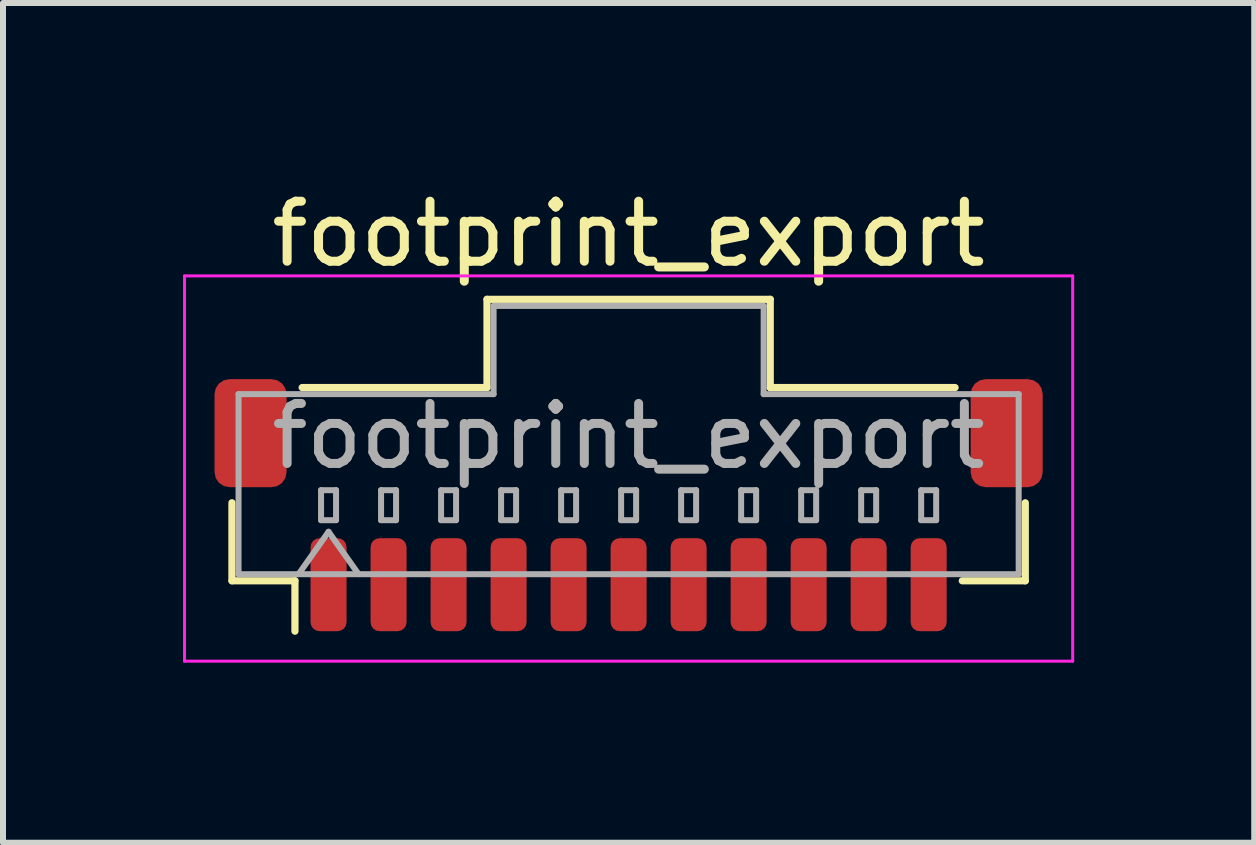
<source format=kicad_pcb>
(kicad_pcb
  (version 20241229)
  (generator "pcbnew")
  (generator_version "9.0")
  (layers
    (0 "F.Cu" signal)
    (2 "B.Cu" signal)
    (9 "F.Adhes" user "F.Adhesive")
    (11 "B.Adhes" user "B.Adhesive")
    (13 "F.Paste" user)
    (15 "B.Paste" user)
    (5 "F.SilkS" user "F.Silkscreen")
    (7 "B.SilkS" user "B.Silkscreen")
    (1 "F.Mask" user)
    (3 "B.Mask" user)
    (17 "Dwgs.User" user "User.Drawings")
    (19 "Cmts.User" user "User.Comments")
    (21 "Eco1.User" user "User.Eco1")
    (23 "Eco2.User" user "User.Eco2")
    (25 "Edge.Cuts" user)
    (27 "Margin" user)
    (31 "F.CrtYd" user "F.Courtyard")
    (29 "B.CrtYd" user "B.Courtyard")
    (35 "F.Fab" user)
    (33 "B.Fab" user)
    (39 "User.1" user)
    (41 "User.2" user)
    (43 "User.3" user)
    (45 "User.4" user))
  (footprint "footprint_export"
    (layer "F.Cu")
    (at 7.425 5.368)
    (property "Reference" "footprint_export" (at 0 -4.52 0) (layer "F.SilkS") (effects (font (size 1 1) (thickness 0.15))))
    (attr smd)
    (fp_line (start -6.61 -0.04) (end -6.61 1.26) (stroke (width 0.12) (type solid)) (layer "F.SilkS"))
    (fp_line (start -6.61 1.26) (end -5.56 1.26) (stroke (width 0.12) (type solid)) (layer "F.SilkS"))
    (fp_line (start -5.56 1.26) (end -5.56 2.1) (stroke (width 0.12) (type solid)) (layer "F.SilkS"))
    (fp_line (start -5.44 -1.96) (end -2.36 -1.96) (stroke (width 0.12) (type solid)) (layer "F.SilkS"))
    (fp_line (start -2.36 -3.43) (end 2.36 -3.43) (stroke (width 0.12) (type solid)) (layer "F.SilkS"))
    (fp_line (start -2.36 -1.96) (end -2.36 -3.43) (stroke (width 0.12) (type solid)) (layer "F.SilkS"))
    (fp_line (start 2.36 -3.43) (end 2.36 -1.96) (stroke (width 0.12) (type solid)) (layer "F.SilkS"))
    (fp_line (start 2.36 -1.96) (end 5.44 -1.96) (stroke (width 0.12) (type solid)) (layer "F.SilkS"))
    (fp_line (start 6.61 -0.04) (end 6.61 1.26) (stroke (width 0.12) (type solid)) (layer "F.SilkS"))
    (fp_line (start 6.61 1.26) (end 5.56 1.26) (stroke (width 0.12) (type solid)) (layer "F.SilkS"))
    (fp_line (start -7.4 -3.82) (end -7.4 2.6) (stroke (width 0.05) (type solid)) (layer "F.CrtYd"))
    (fp_line (start -7.4 2.6) (end 7.4 2.6) (stroke (width 0.05) (type solid)) (layer "F.CrtYd"))
    (fp_line (start 7.4 -3.82) (end -7.4 -3.82) (stroke (width 0.05) (type solid)) (layer "F.CrtYd"))
    (fp_line (start 7.4 2.6) (end 7.4 -3.82) (stroke (width 0.05) (type solid)) (layer "F.CrtYd"))
    (fp_line (start -6.5 -1.85) (end -2.25 -1.85) (stroke (width 0.1) (type solid)) (layer "F.Fab"))
    (fp_line (start -6.5 1.15) (end -6.5 -1.85) (stroke (width 0.1) (type solid)) (layer "F.Fab"))
    (fp_line (start -6.5 1.15) (end 6.5 1.15) (stroke (width 0.1) (type solid)) (layer "F.Fab"))
    (fp_line (start -5.5 1.15) (end -5 0.443) (stroke (width 0.1) (type solid)) (layer "F.Fab"))
    (fp_line (start -5.125 -0.25) (end -5.125 0.25) (stroke (width 0.1) (type solid)) (layer "F.Fab"))
    (fp_line (start -5.125 0.25) (end -4.875 0.25) (stroke (width 0.1) (type solid)) (layer "F.Fab"))
    (fp_line (start -5 0.443) (end -4.5 1.15) (stroke (width 0.1) (type solid)) (layer "F.Fab"))
    (fp_line (start -4.875 -0.25) (end -5.125 -0.25) (stroke (width 0.1) (type solid)) (layer "F.Fab"))
    (fp_line (start -4.875 0.25) (end -4.875 -0.25) (stroke (width 0.1) (type solid)) (layer "F.Fab"))
    (fp_line (start -4.125 -0.25) (end -4.125 0.25) (stroke (width 0.1) (type solid)) (layer "F.Fab"))
    (fp_line (start -4.125 0.25) (end -3.875 0.25) (stroke (width 0.1) (type solid)) (layer "F.Fab"))
    (fp_line (start -3.875 -0.25) (end -4.125 -0.25) (stroke (width 0.1) (type solid)) (layer "F.Fab"))
    (fp_line (start -3.875 0.25) (end -3.875 -0.25) (stroke (width 0.1) (type solid)) (layer "F.Fab"))
    (fp_line (start -3.125 -0.25) (end -3.125 0.25) (stroke (width 0.1) (type solid)) (layer "F.Fab"))
    (fp_line (start -3.125 0.25) (end -2.875 0.25) (stroke (width 0.1) (type solid)) (layer "F.Fab"))
    (fp_line (start -2.875 -0.25) (end -3.125 -0.25) (stroke (width 0.1) (type solid)) (layer "F.Fab"))
    (fp_line (start -2.875 0.25) (end -2.875 -0.25) (stroke (width 0.1) (type solid)) (layer "F.Fab"))
    (fp_line (start -2.25 -3.32) (end 2.25 -3.32) (stroke (width 0.1) (type solid)) (layer "F.Fab"))
    (fp_line (start -2.25 -1.85) (end -2.25 -3.32) (stroke (width 0.1) (type solid)) (layer "F.Fab"))
    (fp_line (start -2.125 -0.25) (end -2.125 0.25) (stroke (width 0.1) (type solid)) (layer "F.Fab"))
    (fp_line (start -2.125 0.25) (end -1.875 0.25) (stroke (width 0.1) (type solid)) (layer "F.Fab"))
    (fp_line (start -1.875 -0.25) (end -2.125 -0.25) (stroke (width 0.1) (type solid)) (layer "F.Fab"))
    (fp_line (start -1.875 0.25) (end -1.875 -0.25) (stroke (width 0.1) (type solid)) (layer "F.Fab"))
    (fp_line (start -1.125 -0.25) (end -1.125 0.25) (stroke (width 0.1) (type solid)) (layer "F.Fab"))
    (fp_line (start -1.125 0.25) (end -0.875 0.25) (stroke (width 0.1) (type solid)) (layer "F.Fab"))
    (fp_line (start -0.875 -0.25) (end -1.125 -0.25) (stroke (width 0.1) (type solid)) (layer "F.Fab"))
    (fp_line (start -0.875 0.25) (end -0.875 -0.25) (stroke (width 0.1) (type solid)) (layer "F.Fab"))
    (fp_line (start -0.125 -0.25) (end -0.125 0.25) (stroke (width 0.1) (type solid)) (layer "F.Fab"))
    (fp_line (start -0.125 0.25) (end 0.125 0.25) (stroke (width 0.1) (type solid)) (layer "F.Fab"))
    (fp_line (start 0.125 -0.25) (end -0.125 -0.25) (stroke (width 0.1) (type solid)) (layer "F.Fab"))
    (fp_line (start 0.125 0.25) (end 0.125 -0.25) (stroke (width 0.1) (type solid)) (layer "F.Fab"))
    (fp_line (start 0.875 -0.25) (end 0.875 0.25) (stroke (width 0.1) (type solid)) (layer "F.Fab"))
    (fp_line (start 0.875 0.25) (end 1.125 0.25) (stroke (width 0.1) (type solid)) (layer "F.Fab"))
    (fp_line (start 1.125 -0.25) (end 0.875 -0.25) (stroke (width 0.1) (type solid)) (layer "F.Fab"))
    (fp_line (start 1.125 0.25) (end 1.125 -0.25) (stroke (width 0.1) (type solid)) (layer "F.Fab"))
    (fp_line (start 1.875 -0.25) (end 1.875 0.25) (stroke (width 0.1) (type solid)) (layer "F.Fab"))
    (fp_line (start 1.875 0.25) (end 2.125 0.25) (stroke (width 0.1) (type solid)) (layer "F.Fab"))
    (fp_line (start 2.125 -0.25) (end 1.875 -0.25) (stroke (width 0.1) (type solid)) (layer "F.Fab"))
    (fp_line (start 2.125 0.25) (end 2.125 -0.25) (stroke (width 0.1) (type solid)) (layer "F.Fab"))
    (fp_line (start 2.25 -3.32) (end 2.25 -1.85) (stroke (width 0.1) (type solid)) (layer "F.Fab"))
    (fp_line (start 2.25 -1.85) (end 6.5 -1.85) (stroke (width 0.1) (type solid)) (layer "F.Fab"))
    (fp_line (start 2.875 -0.25) (end 2.875 0.25) (stroke (width 0.1) (type solid)) (layer "F.Fab"))
    (fp_line (start 2.875 0.25) (end 3.125 0.25) (stroke (width 0.1) (type solid)) (layer "F.Fab"))
    (fp_line (start 3.125 -0.25) (end 2.875 -0.25) (stroke (width 0.1) (type solid)) (layer "F.Fab"))
    (fp_line (start 3.125 0.25) (end 3.125 -0.25) (stroke (width 0.1) (type solid)) (layer "F.Fab"))
    (fp_line (start 3.875 -0.25) (end 3.875 0.25) (stroke (width 0.1) (type solid)) (layer "F.Fab"))
    (fp_line (start 3.875 0.25) (end 4.125 0.25) (stroke (width 0.1) (type solid)) (layer "F.Fab"))
    (fp_line (start 4.125 -0.25) (end 3.875 -0.25) (stroke (width 0.1) (type solid)) (layer "F.Fab"))
    (fp_line (start 4.125 0.25) (end 4.125 -0.25) (stroke (width 0.1) (type solid)) (layer "F.Fab"))
    (fp_line (start 4.875 -0.25) (end 4.875 0.25) (stroke (width 0.1) (type solid)) (layer "F.Fab"))
    (fp_line (start 4.875 0.25) (end 5.125 0.25) (stroke (width 0.1) (type solid)) (layer "F.Fab"))
    (fp_line (start 5.125 -0.25) (end 4.875 -0.25) (stroke (width 0.1) (type solid)) (layer "F.Fab"))
    (fp_line (start 5.125 0.25) (end 5.125 -0.25) (stroke (width 0.1) (type solid)) (layer "F.Fab"))
    (fp_line (start 6.5 1.15) (end 6.5 -1.85) (stroke (width 0.1) (type solid)) (layer "F.Fab"))
    (fp_text user "${REFERENCE}" (at 0 -1.15 0) (layer "F.Fab") (effects (font (size 1 1) (thickness 0.15))))
    (pad "1" smd roundrect (at -5 1.325) (size 0.6 1.55) (layers "F.Cu" "F.Mask" "F.Paste") (roundrect_rratio 0.25))
    (pad "2" smd roundrect (at -4 1.325) (size 0.6 1.55) (layers "F.Cu" "F.Mask" "F.Paste") (roundrect_rratio 0.25))
    (pad "3" smd roundrect (at -3 1.325) (size 0.6 1.55) (layers "F.Cu" "F.Mask" "F.Paste") (roundrect_rratio 0.25))
    (pad "4" smd roundrect (at -2 1.325) (size 0.6 1.55) (layers "F.Cu" "F.Mask" "F.Paste") (roundrect_rratio 0.25))
    (pad "5" smd roundrect (at -1 1.325) (size 0.6 1.55) (layers "F.Cu" "F.Mask" "F.Paste") (roundrect_rratio 0.25))
    (pad "6" smd roundrect (at 0 1.325) (size 0.6 1.55) (layers "F.Cu" "F.Mask" "F.Paste") (roundrect_rratio 0.25))
    (pad "7" smd roundrect (at 1 1.325) (size 0.6 1.55) (layers "F.Cu" "F.Mask" "F.Paste") (roundrect_rratio 0.25))
    (pad "8" smd roundrect (at 2 1.325) (size 0.6 1.55) (layers "F.Cu" "F.Mask" "F.Paste") (roundrect_rratio 0.25))
    (pad "9" smd roundrect (at 3 1.325) (size 0.6 1.55) (layers "F.Cu" "F.Mask" "F.Paste") (roundrect_rratio 0.25))
    (pad "10" smd roundrect (at 4 1.325) (size 0.6 1.55) (layers "F.Cu" "F.Mask" "F.Paste") (roundrect_rratio 0.25))
    (pad "11" smd roundrect (at 5 1.325) (size 0.6 1.55) (layers "F.Cu" "F.Mask" "F.Paste") (roundrect_rratio 0.25))
    (pad "MP" smd roundrect (at -6.3 -1.2) (size 1.2 1.8) (layers "F.Cu" "F.Mask" "F.Paste") (roundrect_rratio 0.208))
    (pad "MP" smd roundrect (at 6.3 -1.2) (size 1.2 1.8) (layers "F.Cu" "F.Mask" "F.Paste") (roundrect_rratio 0.208)))
  (gr_rect
    (start -3 -3)
    (end 17.85 10.993)
    (stroke (width 0.1) (type default))
    (fill no)
    (layer "Edge.Cuts")))
</source>
